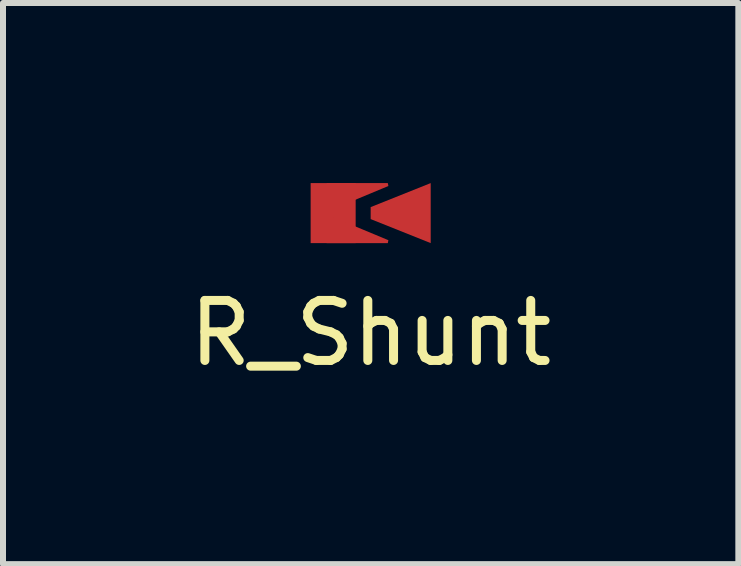
<source format=kicad_pcb>
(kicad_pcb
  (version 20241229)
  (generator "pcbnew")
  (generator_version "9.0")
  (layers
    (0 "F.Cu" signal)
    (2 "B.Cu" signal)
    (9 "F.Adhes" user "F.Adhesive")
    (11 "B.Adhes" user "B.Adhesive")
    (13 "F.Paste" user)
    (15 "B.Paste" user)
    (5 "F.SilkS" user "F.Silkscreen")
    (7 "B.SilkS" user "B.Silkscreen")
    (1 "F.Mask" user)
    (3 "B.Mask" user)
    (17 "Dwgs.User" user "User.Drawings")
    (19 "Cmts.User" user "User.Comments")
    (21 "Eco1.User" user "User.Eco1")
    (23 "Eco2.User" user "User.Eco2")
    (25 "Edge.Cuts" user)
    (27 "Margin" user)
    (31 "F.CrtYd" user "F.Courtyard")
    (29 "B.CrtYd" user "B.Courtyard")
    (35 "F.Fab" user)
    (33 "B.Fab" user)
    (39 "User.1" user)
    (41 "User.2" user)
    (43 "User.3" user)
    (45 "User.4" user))
  (footprint "R_Shunt"
    (layer "F.Cu")
    (at 3.125 0.5)
    (property "Reference" "R_Shunt" (at 0 2 0) (layer "F.SilkS") (effects (font (size 1 1) (thickness 0.15))))
    (attr through_hole)
    (pad "1" smd rect (at -0.65 -0.2 180) (size 0.3 0.5) (layers "F.Cu" "F.Mask" "F.Paste"))
    (pad "1" smd rect (at -0.65 0.2 180) (size 0.3 0.5) (layers "F.Cu" "F.Mask" "F.Paste"))
    (pad "1" smd rect (at -0.625 0) (size 0.75 1) (layers "F.Cu" "F.Mask" "F.Paste"))
    (pad "1" smd trapezoid (at -0.2 -0.378 281.3) (size 0.25 1) (rect_delta 0 0.2) (layers "F.Cu" "F.Mask" "F.Paste"))
    (pad "1" smd trapezoid (at -0.2 0.378 258.7) (size 0.25 1) (rect_delta 0 0.2) (layers "F.Cu" "F.Mask" "F.Paste"))
    (pad "2" smd trapezoid (at 0.5 0 90) (size 0.6 1) (rect_delta 0 0.4) (layers "F.Cu" "F.Mask" "F.Paste")))
  (gr_rect
    (start -3 -3)
    (end 9.25 6.348)
    (stroke (width 0.1) (type default))
    (fill no)
    (layer "Edge.Cuts")))
</source>
